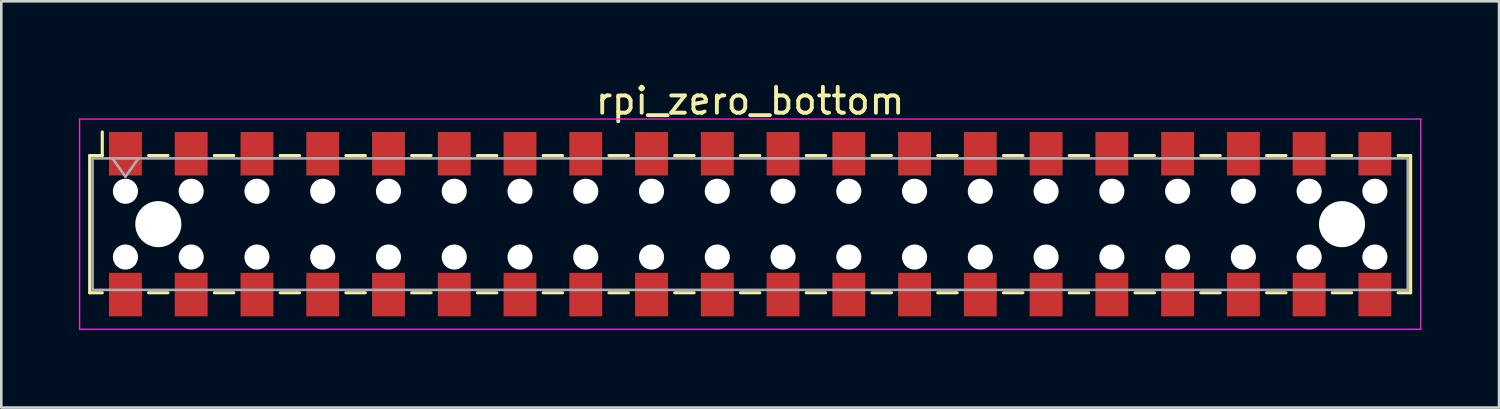
<source format=kicad_pcb>
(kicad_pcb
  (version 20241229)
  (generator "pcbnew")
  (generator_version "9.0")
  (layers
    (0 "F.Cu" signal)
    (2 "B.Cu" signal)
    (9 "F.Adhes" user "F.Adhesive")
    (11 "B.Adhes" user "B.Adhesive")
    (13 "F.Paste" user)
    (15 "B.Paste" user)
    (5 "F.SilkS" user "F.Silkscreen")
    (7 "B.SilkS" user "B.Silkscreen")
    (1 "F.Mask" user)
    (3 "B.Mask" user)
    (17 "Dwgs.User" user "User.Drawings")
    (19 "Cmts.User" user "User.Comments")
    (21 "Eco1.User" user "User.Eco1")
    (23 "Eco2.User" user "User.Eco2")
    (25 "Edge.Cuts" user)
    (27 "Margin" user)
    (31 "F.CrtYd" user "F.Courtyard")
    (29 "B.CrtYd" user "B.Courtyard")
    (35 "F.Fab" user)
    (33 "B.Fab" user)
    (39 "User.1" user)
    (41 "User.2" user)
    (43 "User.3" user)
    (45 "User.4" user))
  (footprint "rpi_zero_bottom"
    (layer "F.Cu")
    (at 25.925 5.608)
    (property "Reference" "rpi_zero_bottom" (at 0 -4.76 0) (layer "F.SilkS") (effects (font (size 1 1) (thickness 0.15))))
    (attr smd)
    (fp_line (start -25.51 -2.65) (end -25.51 2.65) (stroke (width 0.12) (type solid)) (layer "F.SilkS"))
    (fp_line (start -25.51 2.65) (end -25.025 2.65) (stroke (width 0.12) (type solid)) (layer "F.SilkS"))
    (fp_line (start -25.025 -3.56) (end -25.025 -2.65) (stroke (width 0.12) (type solid)) (layer "F.SilkS"))
    (fp_line (start -25.025 -2.65) (end -25.51 -2.65) (stroke (width 0.12) (type solid)) (layer "F.SilkS"))
    (fp_line (start -23.235 -2.65) (end -22.485 -2.65) (stroke (width 0.12) (type solid)) (layer "F.SilkS"))
    (fp_line (start -23.235 2.65) (end -22.485 2.65) (stroke (width 0.12) (type solid)) (layer "F.SilkS"))
    (fp_line (start -20.695 -2.65) (end -19.945 -2.65) (stroke (width 0.12) (type solid)) (layer "F.SilkS"))
    (fp_line (start -20.695 2.65) (end -19.945 2.65) (stroke (width 0.12) (type solid)) (layer "F.SilkS"))
    (fp_line (start -18.155 -2.65) (end -17.405 -2.65) (stroke (width 0.12) (type solid)) (layer "F.SilkS"))
    (fp_line (start -18.155 2.65) (end -17.405 2.65) (stroke (width 0.12) (type solid)) (layer "F.SilkS"))
    (fp_line (start -15.615 -2.65) (end -14.865 -2.65) (stroke (width 0.12) (type solid)) (layer "F.SilkS"))
    (fp_line (start -15.615 2.65) (end -14.865 2.65) (stroke (width 0.12) (type solid)) (layer "F.SilkS"))
    (fp_line (start -13.075 -2.65) (end -12.325 -2.65) (stroke (width 0.12) (type solid)) (layer "F.SilkS"))
    (fp_line (start -13.075 2.65) (end -12.325 2.65) (stroke (width 0.12) (type solid)) (layer "F.SilkS"))
    (fp_line (start -10.535 -2.65) (end -9.785 -2.65) (stroke (width 0.12) (type solid)) (layer "F.SilkS"))
    (fp_line (start -10.535 2.65) (end -9.785 2.65) (stroke (width 0.12) (type solid)) (layer "F.SilkS"))
    (fp_line (start -7.995 -2.65) (end -7.245 -2.65) (stroke (width 0.12) (type solid)) (layer "F.SilkS"))
    (fp_line (start -7.995 2.65) (end -7.245 2.65) (stroke (width 0.12) (type solid)) (layer "F.SilkS"))
    (fp_line (start -5.455 -2.65) (end -4.705 -2.65) (stroke (width 0.12) (type solid)) (layer "F.SilkS"))
    (fp_line (start -5.455 2.65) (end -4.705 2.65) (stroke (width 0.12) (type solid)) (layer "F.SilkS"))
    (fp_line (start -2.915 -2.65) (end -2.165 -2.65) (stroke (width 0.12) (type solid)) (layer "F.SilkS"))
    (fp_line (start -2.915 2.65) (end -2.165 2.65) (stroke (width 0.12) (type solid)) (layer "F.SilkS"))
    (fp_line (start -0.375 -2.65) (end 0.375 -2.65) (stroke (width 0.12) (type solid)) (layer "F.SilkS"))
    (fp_line (start -0.375 2.65) (end 0.375 2.65) (stroke (width 0.12) (type solid)) (layer "F.SilkS"))
    (fp_line (start 2.165 -2.65) (end 2.915 -2.65) (stroke (width 0.12) (type solid)) (layer "F.SilkS"))
    (fp_line (start 2.165 2.65) (end 2.915 2.65) (stroke (width 0.12) (type solid)) (layer "F.SilkS"))
    (fp_line (start 4.705 -2.65) (end 5.455 -2.65) (stroke (width 0.12) (type solid)) (layer "F.SilkS"))
    (fp_line (start 4.705 2.65) (end 5.455 2.65) (stroke (width 0.12) (type solid)) (layer "F.SilkS"))
    (fp_line (start 7.245 -2.65) (end 7.995 -2.65) (stroke (width 0.12) (type solid)) (layer "F.SilkS"))
    (fp_line (start 7.245 2.65) (end 7.995 2.65) (stroke (width 0.12) (type solid)) (layer "F.SilkS"))
    (fp_line (start 9.785 -2.65) (end 10.535 -2.65) (stroke (width 0.12) (type solid)) (layer "F.SilkS"))
    (fp_line (start 9.785 2.65) (end 10.535 2.65) (stroke (width 0.12) (type solid)) (layer "F.SilkS"))
    (fp_line (start 12.325 -2.65) (end 13.075 -2.65) (stroke (width 0.12) (type solid)) (layer "F.SilkS"))
    (fp_line (start 12.325 2.65) (end 13.075 2.65) (stroke (width 0.12) (type solid)) (layer "F.SilkS"))
    (fp_line (start 14.865 -2.65) (end 15.615 -2.65) (stroke (width 0.12) (type solid)) (layer "F.SilkS"))
    (fp_line (start 14.865 2.65) (end 15.615 2.65) (stroke (width 0.12) (type solid)) (layer "F.SilkS"))
    (fp_line (start 17.405 -2.65) (end 18.155 -2.65) (stroke (width 0.12) (type solid)) (layer "F.SilkS"))
    (fp_line (start 17.405 2.65) (end 18.155 2.65) (stroke (width 0.12) (type solid)) (layer "F.SilkS"))
    (fp_line (start 19.945 -2.65) (end 20.695 -2.65) (stroke (width 0.12) (type solid)) (layer "F.SilkS"))
    (fp_line (start 19.945 2.65) (end 20.695 2.65) (stroke (width 0.12) (type solid)) (layer "F.SilkS"))
    (fp_line (start 22.485 -2.65) (end 23.235 -2.65) (stroke (width 0.12) (type solid)) (layer "F.SilkS"))
    (fp_line (start 22.485 2.65) (end 23.235 2.65) (stroke (width 0.12) (type solid)) (layer "F.SilkS"))
    (fp_line (start 25.025 -2.65) (end 25.51 -2.65) (stroke (width 0.12) (type solid)) (layer "F.SilkS"))
    (fp_line (start 25.51 -2.65) (end 25.51 2.65) (stroke (width 0.12) (type solid)) (layer "F.SilkS"))
    (fp_line (start 25.51 2.65) (end 25.025 2.65) (stroke (width 0.12) (type solid)) (layer "F.SilkS"))
    (fp_line (start -25.9 -4.06) (end 25.9 -4.06) (stroke (width 0.05) (type solid)) (layer "F.CrtYd"))
    (fp_line (start -25.9 4.06) (end -25.9 -4.06) (stroke (width 0.05) (type solid)) (layer "F.CrtYd"))
    (fp_line (start 25.9 -4.06) (end 25.9 4.06) (stroke (width 0.05) (type solid)) (layer "F.CrtYd"))
    (fp_line (start 25.9 4.06) (end -25.9 4.06) (stroke (width 0.05) (type solid)) (layer "F.CrtYd"))
    (fp_line (start -25.4 -2.54) (end 25.4 -2.54) (stroke (width 0.1) (type solid)) (layer "F.Fab"))
    (fp_line (start -25.4 2.54) (end -25.4 -2.54) (stroke (width 0.1) (type solid)) (layer "F.Fab"))
    (fp_line (start -24.63 -2.54) (end -24.13 -1.833) (stroke (width 0.1) (type solid)) (layer "F.Fab"))
    (fp_line (start -24.13 -1.833) (end -23.63 -2.54) (stroke (width 0.1) (type solid)) (layer "F.Fab"))
    (fp_line (start 25.4 -2.54) (end 25.4 2.54) (stroke (width 0.1) (type solid)) (layer "F.Fab"))
    (fp_line (start 25.4 2.54) (end -25.4 2.54) (stroke (width 0.1) (type solid)) (layer "F.Fab"))
    (pad "" np_thru_hole circle (at -24.13 -1.27) (size 0.97 0.97) (drill 0.97) (layers "*.Cu" "*.Mask"))
    (pad "" np_thru_hole circle (at -24.13 1.27) (size 0.97 0.97) (drill 0.97) (layers "*.Cu" "*.Mask"))
    (pad "" np_thru_hole circle (at -22.86 0) (size 1.78 1.78) (drill 1.78) (layers "*.Cu" "*.Mask"))
    (pad "" np_thru_hole circle (at -21.59 -1.27) (size 0.97 0.97) (drill 0.97) (layers "*.Cu" "*.Mask"))
    (pad "" np_thru_hole circle (at -21.59 1.27) (size 0.97 0.97) (drill 0.97) (layers "*.Cu" "*.Mask"))
    (pad "" np_thru_hole circle (at -19.05 -1.27) (size 0.97 0.97) (drill 0.97) (layers "*.Cu" "*.Mask"))
    (pad "" np_thru_hole circle (at -19.05 1.27) (size 0.97 0.97) (drill 0.97) (layers "*.Cu" "*.Mask"))
    (pad "" np_thru_hole circle (at -16.51 -1.27) (size 0.97 0.97) (drill 0.97) (layers "*.Cu" "*.Mask"))
    (pad "" np_thru_hole circle (at -16.51 1.27) (size 0.97 0.97) (drill 0.97) (layers "*.Cu" "*.Mask"))
    (pad "" np_thru_hole circle (at -13.97 -1.27) (size 0.97 0.97) (drill 0.97) (layers "*.Cu" "*.Mask"))
    (pad "" np_thru_hole circle (at -13.97 1.27) (size 0.97 0.97) (drill 0.97) (layers "*.Cu" "*.Mask"))
    (pad "" np_thru_hole circle (at -11.43 -1.27) (size 0.97 0.97) (drill 0.97) (layers "*.Cu" "*.Mask"))
    (pad "" np_thru_hole circle (at -11.43 1.27) (size 0.97 0.97) (drill 0.97) (layers "*.Cu" "*.Mask"))
    (pad "" np_thru_hole circle (at -8.89 -1.27) (size 0.97 0.97) (drill 0.97) (layers "*.Cu" "*.Mask"))
    (pad "" np_thru_hole circle (at -8.89 1.27) (size 0.97 0.97) (drill 0.97) (layers "*.Cu" "*.Mask"))
    (pad "" np_thru_hole circle (at -6.35 -1.27) (size 0.97 0.97) (drill 0.97) (layers "*.Cu" "*.Mask"))
    (pad "" np_thru_hole circle (at -6.35 1.27) (size 0.97 0.97) (drill 0.97) (layers "*.Cu" "*.Mask"))
    (pad "" np_thru_hole circle (at -3.81 -1.27) (size 0.97 0.97) (drill 0.97) (layers "*.Cu" "*.Mask"))
    (pad "" np_thru_hole circle (at -3.81 1.27) (size 0.97 0.97) (drill 0.97) (layers "*.Cu" "*.Mask"))
    (pad "" np_thru_hole circle (at -1.27 -1.27) (size 0.97 0.97) (drill 0.97) (layers "*.Cu" "*.Mask"))
    (pad "" np_thru_hole circle (at -1.27 1.27) (size 0.97 0.97) (drill 0.97) (layers "*.Cu" "*.Mask"))
    (pad "" np_thru_hole circle (at 1.27 -1.27) (size 0.97 0.97) (drill 0.97) (layers "*.Cu" "*.Mask"))
    (pad "" np_thru_hole circle (at 1.27 1.27) (size 0.97 0.97) (drill 0.97) (layers "*.Cu" "*.Mask"))
    (pad "" np_thru_hole circle (at 3.81 -1.27) (size 0.97 0.97) (drill 0.97) (layers "*.Cu" "*.Mask"))
    (pad "" np_thru_hole circle (at 3.81 1.27) (size 0.97 0.97) (drill 0.97) (layers "*.Cu" "*.Mask"))
    (pad "" np_thru_hole circle (at 6.35 -1.27) (size 0.97 0.97) (drill 0.97) (layers "*.Cu" "*.Mask"))
    (pad "" np_thru_hole circle (at 6.35 1.27) (size 0.97 0.97) (drill 0.97) (layers "*.Cu" "*.Mask"))
    (pad "" np_thru_hole circle (at 8.89 -1.27) (size 0.97 0.97) (drill 0.97) (layers "*.Cu" "*.Mask"))
    (pad "" np_thru_hole circle (at 8.89 1.27) (size 0.97 0.97) (drill 0.97) (layers "*.Cu" "*.Mask"))
    (pad "" np_thru_hole circle (at 11.43 -1.27) (size 0.97 0.97) (drill 0.97) (layers "*.Cu" "*.Mask"))
    (pad "" np_thru_hole circle (at 11.43 1.27) (size 0.97 0.97) (drill 0.97) (layers "*.Cu" "*.Mask"))
    (pad "" np_thru_hole circle (at 13.97 -1.27) (size 0.97 0.97) (drill 0.97) (layers "*.Cu" "*.Mask"))
    (pad "" np_thru_hole circle (at 13.97 1.27) (size 0.97 0.97) (drill 0.97) (layers "*.Cu" "*.Mask"))
    (pad "" np_thru_hole circle (at 16.51 -1.27) (size 0.97 0.97) (drill 0.97) (layers "*.Cu" "*.Mask"))
    (pad "" np_thru_hole circle (at 16.51 1.27) (size 0.97 0.97) (drill 0.97) (layers "*.Cu" "*.Mask"))
    (pad "" np_thru_hole circle (at 19.05 -1.27) (size 0.97 0.97) (drill 0.97) (layers "*.Cu" "*.Mask"))
    (pad "" np_thru_hole circle (at 19.05 1.27) (size 0.97 0.97) (drill 0.97) (layers "*.Cu" "*.Mask"))
    (pad "" np_thru_hole circle (at 21.59 -1.27) (size 0.97 0.97) (drill 0.97) (layers "*.Cu" "*.Mask"))
    (pad "" np_thru_hole circle (at 21.59 1.27) (size 0.97 0.97) (drill 0.97) (layers "*.Cu" "*.Mask"))
    (pad "" np_thru_hole circle (at 22.86 0) (size 1.78 1.78) (drill 1.78) (layers "*.Cu" "*.Mask"))
    (pad "" np_thru_hole circle (at 24.13 -1.27) (size 0.97 0.97) (drill 0.97) (layers "*.Cu" "*.Mask"))
    (pad "" np_thru_hole circle (at 24.13 1.27) (size 0.97 0.97) (drill 0.97) (layers "*.Cu" "*.Mask"))
    (pad "1" smd rect (at -24.13 -2.72) (size 1.27 1.68) (layers "F.Cu" "F.Mask" "F.Paste"))
    (pad "2" smd rect (at -24.13 2.72) (size 1.27 1.68) (layers "F.Cu" "F.Mask" "F.Paste"))
    (pad "3" smd rect (at -21.59 -2.72) (size 1.27 1.68) (layers "F.Cu" "F.Mask" "F.Paste"))
    (pad "4" smd rect (at -21.59 2.72) (size 1.27 1.68) (layers "F.Cu" "F.Mask" "F.Paste"))
    (pad "5" smd rect (at -19.05 -2.72) (size 1.27 1.68) (layers "F.Cu" "F.Mask" "F.Paste"))
    (pad "6" smd rect (at -19.05 2.72) (size 1.27 1.68) (layers "F.Cu" "F.Mask" "F.Paste"))
    (pad "7" smd rect (at -16.51 -2.72) (size 1.27 1.68) (layers "F.Cu" "F.Mask" "F.Paste"))
    (pad "8" smd rect (at -16.51 2.72) (size 1.27 1.68) (layers "F.Cu" "F.Mask" "F.Paste"))
    (pad "9" smd rect (at -13.97 -2.72) (size 1.27 1.68) (layers "F.Cu" "F.Mask" "F.Paste"))
    (pad "10" smd rect (at -13.97 2.72) (size 1.27 1.68) (layers "F.Cu" "F.Mask" "F.Paste"))
    (pad "11" smd rect (at -11.43 -2.72) (size 1.27 1.68) (layers "F.Cu" "F.Mask" "F.Paste"))
    (pad "12" smd rect (at -11.43 2.72) (size 1.27 1.68) (layers "F.Cu" "F.Mask" "F.Paste"))
    (pad "13" smd rect (at -8.89 -2.72) (size 1.27 1.68) (layers "F.Cu" "F.Mask" "F.Paste"))
    (pad "14" smd rect (at -8.89 2.72) (size 1.27 1.68) (layers "F.Cu" "F.Mask" "F.Paste"))
    (pad "15" smd rect (at -6.35 -2.72) (size 1.27 1.68) (layers "F.Cu" "F.Mask" "F.Paste"))
    (pad "16" smd rect (at -6.35 2.72) (size 1.27 1.68) (layers "F.Cu" "F.Mask" "F.Paste"))
    (pad "17" smd rect (at -3.81 -2.72) (size 1.27 1.68) (layers "F.Cu" "F.Mask" "F.Paste"))
    (pad "18" smd rect (at -3.81 2.72) (size 1.27 1.68) (layers "F.Cu" "F.Mask" "F.Paste"))
    (pad "19" smd rect (at -1.27 -2.72) (size 1.27 1.68) (layers "F.Cu" "F.Mask" "F.Paste"))
    (pad "20" smd rect (at -1.27 2.72) (size 1.27 1.68) (layers "F.Cu" "F.Mask" "F.Paste"))
    (pad "21" smd rect (at 1.27 -2.72) (size 1.27 1.68) (layers "F.Cu" "F.Mask" "F.Paste"))
    (pad "22" smd rect (at 1.27 2.72) (size 1.27 1.68) (layers "F.Cu" "F.Mask" "F.Paste"))
    (pad "23" smd rect (at 3.81 -2.72) (size 1.27 1.68) (layers "F.Cu" "F.Mask" "F.Paste"))
    (pad "24" smd rect (at 3.81 2.72) (size 1.27 1.68) (layers "F.Cu" "F.Mask" "F.Paste"))
    (pad "25" smd rect (at 6.35 -2.72) (size 1.27 1.68) (layers "F.Cu" "F.Mask" "F.Paste"))
    (pad "26" smd rect (at 6.35 2.72) (size 1.27 1.68) (layers "F.Cu" "F.Mask" "F.Paste"))
    (pad "27" smd rect (at 8.89 -2.72) (size 1.27 1.68) (layers "F.Cu" "F.Mask" "F.Paste"))
    (pad "28" smd rect (at 8.89 2.72) (size 1.27 1.68) (layers "F.Cu" "F.Mask" "F.Paste"))
    (pad "29" smd rect (at 11.43 -2.72) (size 1.27 1.68) (layers "F.Cu" "F.Mask" "F.Paste"))
    (pad "30" smd rect (at 11.43 2.72) (size 1.27 1.68) (layers "F.Cu" "F.Mask" "F.Paste"))
    (pad "31" smd rect (at 13.97 -2.72) (size 1.27 1.68) (layers "F.Cu" "F.Mask" "F.Paste"))
    (pad "32" smd rect (at 13.97 2.72) (size 1.27 1.68) (layers "F.Cu" "F.Mask" "F.Paste"))
    (pad "33" smd rect (at 16.51 -2.72) (size 1.27 1.68) (layers "F.Cu" "F.Mask" "F.Paste"))
    (pad "34" smd rect (at 16.51 2.72) (size 1.27 1.68) (layers "F.Cu" "F.Mask" "F.Paste"))
    (pad "35" smd rect (at 19.05 -2.72) (size 1.27 1.68) (layers "F.Cu" "F.Mask" "F.Paste"))
    (pad "36" smd rect (at 19.05 2.72) (size 1.27 1.68) (layers "F.Cu" "F.Mask" "F.Paste"))
    (pad "37" smd rect (at 21.59 -2.72) (size 1.27 1.68) (layers "F.Cu" "F.Mask" "F.Paste"))
    (pad "38" smd rect (at 21.59 2.72) (size 1.27 1.68) (layers "F.Cu" "F.Mask" "F.Paste"))
    (pad "39" smd rect (at 24.13 -2.72) (size 1.27 1.68) (layers "F.Cu" "F.Mask" "F.Paste"))
    (pad "40" smd rect (at 24.13 2.72) (size 1.27 1.68) (layers "F.Cu" "F.Mask" "F.Paste")))
  (gr_rect
    (start -3 -3)
    (end 54.85 12.693)
    (stroke (width 0.1) (type default))
    (fill no)
    (layer "Edge.Cuts")))
</source>
